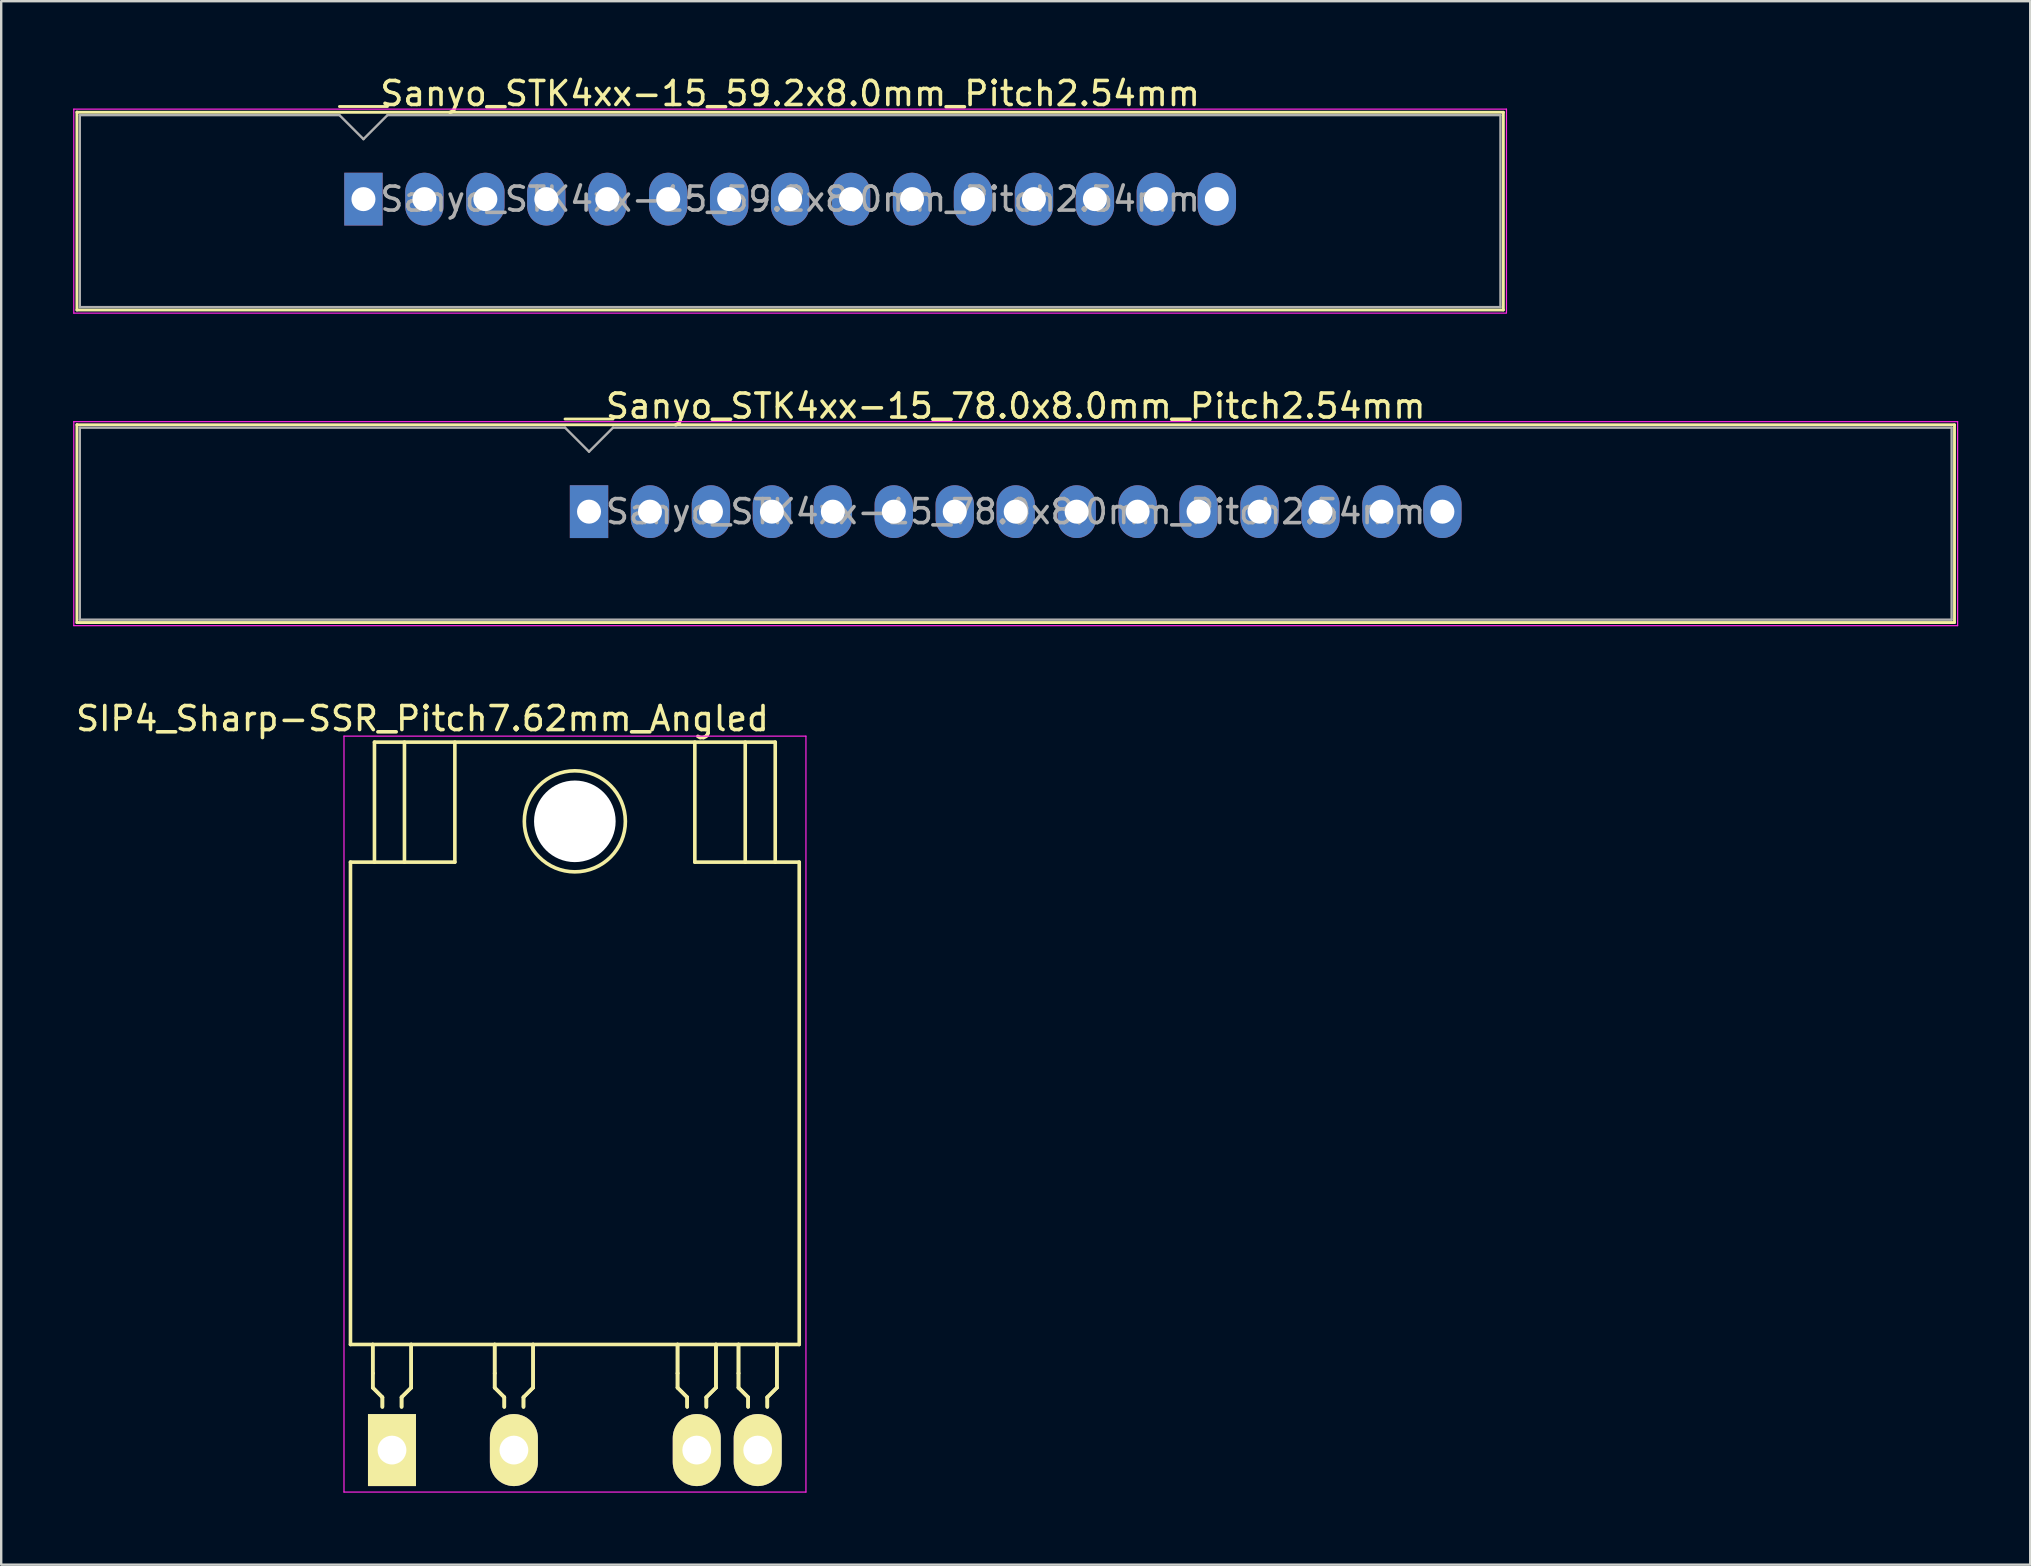
<source format=kicad_pcb>
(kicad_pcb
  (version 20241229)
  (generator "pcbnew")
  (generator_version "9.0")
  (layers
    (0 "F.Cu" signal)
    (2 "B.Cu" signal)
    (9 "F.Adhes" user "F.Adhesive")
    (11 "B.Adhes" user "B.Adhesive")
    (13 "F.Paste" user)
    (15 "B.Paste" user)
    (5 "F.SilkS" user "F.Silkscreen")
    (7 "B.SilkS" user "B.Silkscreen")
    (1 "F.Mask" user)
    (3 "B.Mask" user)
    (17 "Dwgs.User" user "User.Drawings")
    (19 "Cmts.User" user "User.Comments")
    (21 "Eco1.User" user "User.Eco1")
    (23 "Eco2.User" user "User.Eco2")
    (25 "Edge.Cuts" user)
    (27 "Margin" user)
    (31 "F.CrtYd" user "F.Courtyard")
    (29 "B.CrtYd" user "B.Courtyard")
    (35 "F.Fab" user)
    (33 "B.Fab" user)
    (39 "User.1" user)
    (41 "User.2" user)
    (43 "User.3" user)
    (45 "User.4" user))
  (footprint "SIP4_Sharp-SSR_Pitch7.62mm_Angled"
    (layer "F.Cu")
    (at 13.284 57.375)
    (property "Reference" "SIP4_Sharp-SSR_Pitch7.62mm_Angled" (at 1.27 -30.48 0) (layer "F.SilkS") (effects (font (size 1 1) (thickness 0.15))))
    (attr through_hole)
    (fp_line (start -1.73 -24.5) (end 2.62 -24.5) (stroke (width 0.15) (type solid)) (layer "F.SilkS"))
    (fp_line (start -1.73 -4.4) (end -1.73 -24.5) (stroke (width 0.15) (type solid)) (layer "F.SilkS"))
    (fp_line (start -0.8 -3.2) (end -0.8 -4.4) (stroke (width 0.15) (type solid)) (layer "F.SilkS"))
    (fp_line (start -0.8 -3.2) (end -0.8 -4.4) (stroke (width 0.15) (type solid)) (layer "F.SilkS"))
    (fp_line (start -0.8 -2.6) (end -0.8 -3.2) (stroke (width 0.15) (type solid)) (layer "F.SilkS"))
    (fp_line (start -0.8 -2.6) (end -0.8 -3.2) (stroke (width 0.15) (type solid)) (layer "F.SilkS"))
    (fp_line (start -0.73 -29.5) (end 15.97 -29.5) (stroke (width 0.15) (type solid)) (layer "F.SilkS"))
    (fp_line (start -0.73 -24.5) (end -0.73 -29.5) (stroke (width 0.15) (type solid)) (layer "F.SilkS"))
    (fp_line (start -0.4 -2.2) (end -0.8 -2.6) (stroke (width 0.15) (type solid)) (layer "F.SilkS"))
    (fp_line (start -0.4 -2.2) (end -0.8 -2.6) (stroke (width 0.15) (type solid)) (layer "F.SilkS"))
    (fp_line (start -0.4 -2.2) (end -0.4 -1.8) (stroke (width 0.15) (type solid)) (layer "F.SilkS"))
    (fp_line (start -0.4 -2.2) (end -0.4 -1.8) (stroke (width 0.15) (type solid)) (layer "F.SilkS"))
    (fp_line (start 0.4 -2.2) (end 0.8 -2.6) (stroke (width 0.15) (type solid)) (layer "F.SilkS"))
    (fp_line (start 0.4 -2.2) (end 0.8 -2.6) (stroke (width 0.15) (type solid)) (layer "F.SilkS"))
    (fp_line (start 0.4 -1.8) (end 0.4 -2.2) (stroke (width 0.15) (type solid)) (layer "F.SilkS"))
    (fp_line (start 0.4 -1.8) (end 0.4 -2.2) (stroke (width 0.15) (type solid)) (layer "F.SilkS"))
    (fp_line (start 0.52 -24.5) (end 0.52 -29.5) (stroke (width 0.15) (type solid)) (layer "F.SilkS"))
    (fp_line (start 0.8 -2.6) (end 0.8 -4.4) (stroke (width 0.15) (type solid)) (layer "F.SilkS"))
    (fp_line (start 0.8 -2.6) (end 0.8 -4.4) (stroke (width 0.15) (type solid)) (layer "F.SilkS"))
    (fp_line (start 2.62 -29.5) (end 2.62 -24.5) (stroke (width 0.15) (type solid)) (layer "F.SilkS"))
    (fp_line (start 4.28 -3.2) (end 4.28 -4.4) (stroke (width 0.15) (type solid)) (layer "F.SilkS"))
    (fp_line (start 4.28 -3.2) (end 4.28 -4.4) (stroke (width 0.15) (type solid)) (layer "F.SilkS"))
    (fp_line (start 4.28 -2.6) (end 4.28 -3.2) (stroke (width 0.15) (type solid)) (layer "F.SilkS"))
    (fp_line (start 4.28 -2.6) (end 4.28 -3.2) (stroke (width 0.15) (type solid)) (layer "F.SilkS"))
    (fp_line (start 4.68 -2.2) (end 4.28 -2.6) (stroke (width 0.15) (type solid)) (layer "F.SilkS"))
    (fp_line (start 4.68 -2.2) (end 4.28 -2.6) (stroke (width 0.15) (type solid)) (layer "F.SilkS"))
    (fp_line (start 4.68 -2.2) (end 4.68 -1.8) (stroke (width 0.15) (type solid)) (layer "F.SilkS"))
    (fp_line (start 4.68 -2.2) (end 4.68 -1.8) (stroke (width 0.15) (type solid)) (layer "F.SilkS"))
    (fp_line (start 5.48 -2.2) (end 5.88 -2.6) (stroke (width 0.15) (type solid)) (layer "F.SilkS"))
    (fp_line (start 5.48 -2.2) (end 5.88 -2.6) (stroke (width 0.15) (type solid)) (layer "F.SilkS"))
    (fp_line (start 5.48 -1.8) (end 5.48 -2.2) (stroke (width 0.15) (type solid)) (layer "F.SilkS"))
    (fp_line (start 5.48 -1.8) (end 5.48 -2.2) (stroke (width 0.15) (type solid)) (layer "F.SilkS"))
    (fp_line (start 5.88 -2.6) (end 5.88 -4.4) (stroke (width 0.15) (type solid)) (layer "F.SilkS"))
    (fp_line (start 5.88 -2.6) (end 5.88 -4.4) (stroke (width 0.15) (type solid)) (layer "F.SilkS"))
    (fp_line (start 11.9 -3.2) (end 11.9 -4.4) (stroke (width 0.15) (type solid)) (layer "F.SilkS"))
    (fp_line (start 11.9 -3.2) (end 11.9 -4.4) (stroke (width 0.15) (type solid)) (layer "F.SilkS"))
    (fp_line (start 11.9 -2.6) (end 11.9 -3.2) (stroke (width 0.15) (type solid)) (layer "F.SilkS"))
    (fp_line (start 11.9 -2.6) (end 11.9 -3.2) (stroke (width 0.15) (type solid)) (layer "F.SilkS"))
    (fp_line (start 12.3 -2.2) (end 11.9 -2.6) (stroke (width 0.15) (type solid)) (layer "F.SilkS"))
    (fp_line (start 12.3 -2.2) (end 11.9 -2.6) (stroke (width 0.15) (type solid)) (layer "F.SilkS"))
    (fp_line (start 12.3 -2.2) (end 12.3 -1.8) (stroke (width 0.15) (type solid)) (layer "F.SilkS"))
    (fp_line (start 12.3 -2.2) (end 12.3 -1.8) (stroke (width 0.15) (type solid)) (layer "F.SilkS"))
    (fp_line (start 12.62 -29.5) (end 12.62 -24.5) (stroke (width 0.15) (type solid)) (layer "F.SilkS"))
    (fp_line (start 12.62 -24.5) (end 16.97 -24.5) (stroke (width 0.15) (type solid)) (layer "F.SilkS"))
    (fp_line (start 13.1 -2.2) (end 13.5 -2.6) (stroke (width 0.15) (type solid)) (layer "F.SilkS"))
    (fp_line (start 13.1 -2.2) (end 13.5 -2.6) (stroke (width 0.15) (type solid)) (layer "F.SilkS"))
    (fp_line (start 13.1 -1.8) (end 13.1 -2.2) (stroke (width 0.15) (type solid)) (layer "F.SilkS"))
    (fp_line (start 13.1 -1.8) (end 13.1 -2.2) (stroke (width 0.15) (type solid)) (layer "F.SilkS"))
    (fp_line (start 13.5 -2.6) (end 13.5 -4.4) (stroke (width 0.15) (type solid)) (layer "F.SilkS"))
    (fp_line (start 13.5 -2.6) (end 13.5 -4.4) (stroke (width 0.15) (type solid)) (layer "F.SilkS"))
    (fp_line (start 14.44 -3.2) (end 14.44 -4.4) (stroke (width 0.15) (type solid)) (layer "F.SilkS"))
    (fp_line (start 14.44 -3.2) (end 14.44 -4.4) (stroke (width 0.15) (type solid)) (layer "F.SilkS"))
    (fp_line (start 14.44 -2.6) (end 14.44 -3.2) (stroke (width 0.15) (type solid)) (layer "F.SilkS"))
    (fp_line (start 14.44 -2.6) (end 14.44 -3.2) (stroke (width 0.15) (type solid)) (layer "F.SilkS"))
    (fp_line (start 14.72 -24.5) (end 14.72 -29.5) (stroke (width 0.15) (type solid)) (layer "F.SilkS"))
    (fp_line (start 14.84 -2.2) (end 14.44 -2.6) (stroke (width 0.15) (type solid)) (layer "F.SilkS"))
    (fp_line (start 14.84 -2.2) (end 14.44 -2.6) (stroke (width 0.15) (type solid)) (layer "F.SilkS"))
    (fp_line (start 14.84 -2.2) (end 14.84 -1.8) (stroke (width 0.15) (type solid)) (layer "F.SilkS"))
    (fp_line (start 14.84 -2.2) (end 14.84 -1.8) (stroke (width 0.15) (type solid)) (layer "F.SilkS"))
    (fp_line (start 15.64 -2.2) (end 16.04 -2.6) (stroke (width 0.15) (type solid)) (layer "F.SilkS"))
    (fp_line (start 15.64 -2.2) (end 16.04 -2.6) (stroke (width 0.15) (type solid)) (layer "F.SilkS"))
    (fp_line (start 15.64 -1.8) (end 15.64 -2.2) (stroke (width 0.15) (type solid)) (layer "F.SilkS"))
    (fp_line (start 15.64 -1.8) (end 15.64 -2.2) (stroke (width 0.15) (type solid)) (layer "F.SilkS"))
    (fp_line (start 15.97 -24.5) (end 15.97 -29.5) (stroke (width 0.15) (type solid)) (layer "F.SilkS"))
    (fp_line (start 16.04 -2.6) (end 16.04 -4.4) (stroke (width 0.15) (type solid)) (layer "F.SilkS"))
    (fp_line (start 16.04 -2.6) (end 16.04 -4.4) (stroke (width 0.15) (type solid)) (layer "F.SilkS"))
    (fp_line (start 16.97 -24.5) (end 16.97 -4.4) (stroke (width 0.15) (type solid)) (layer "F.SilkS"))
    (fp_line (start 16.97 -4.4) (end -1.73 -4.4) (stroke (width 0.15) (type solid)) (layer "F.SilkS"))
    (fp_circle (center 7.62 -26.2) (end 9.35 -27.4) (stroke (width 0.15) (type solid)) (fill no) (layer "F.SilkS"))
    (fp_line (start -2 -29.75) (end 17.25 -29.75) (stroke (width 0.05) (type solid)) (layer "F.CrtYd"))
    (fp_line (start -2 1.75) (end -2 -29.75) (stroke (width 0.05) (type solid)) (layer "F.CrtYd"))
    (fp_line (start 17.25 -29.75) (end 17.25 1.75) (stroke (width 0.05) (type solid)) (layer "F.CrtYd"))
    (fp_line (start 17.25 1.75) (end -2 1.75) (stroke (width 0.05) (type solid)) (layer "F.CrtYd"))
    (pad "" np_thru_hole circle (at 7.62 -26.2) (size 3.4 3.4) (drill 3.4) (layers "*.Cu" "*.Mask"))
    (pad "1" thru_hole rect (at 0 0) (size 2 3) (drill 1.2) (layers "*.Cu" "*.Mask" "F.SilkS"))
    (pad "2" thru_hole oval (at 5.08 0) (size 2 3) (drill 1.2) (layers "*.Cu" "*.Mask" "F.SilkS"))
    (pad "3" thru_hole oval (at 12.7 0) (size 2 3) (drill 1.2) (layers "*.Cu" "*.Mask" "F.SilkS"))
    (pad "4" thru_hole oval (at 15.24 0) (size 2 3) (drill 1.2) (layers "*.Cu" "*.Mask" "F.SilkS")))
  (footprint "Sanyo_STK4xx-15_59.2x8.0mm_Pitch2.54mm"
    (layer "F.Cu")
    (at 12.095 5.248)
    (property "Reference" "Sanyo_STK4xx-15_59.2x8.0mm_Pitch2.54mm" (at 17.78 -4.4 0) (layer "F.SilkS") (effects (font (size 1 1) (thickness 0.15))))
    (attr through_hole)
    (fp_line (start -11.94 -3.62) (end 47.5 -3.62) (stroke (width 0.12) (type solid)) (layer "F.SilkS"))
    (fp_line (start -11.94 4.62) (end -11.94 -3.63) (stroke (width 0.12) (type solid)) (layer "F.SilkS"))
    (fp_line (start 1 -3.86) (end -1 -3.86) (stroke (width 0.12) (type solid)) (layer "F.SilkS"))
    (fp_line (start 47.5 -3.62) (end 47.5 4.62) (stroke (width 0.12) (type solid)) (layer "F.SilkS"))
    (fp_line (start 47.5 4.62) (end -11.94 4.62) (stroke (width 0.12) (type solid)) (layer "F.SilkS"))
    (fp_line (start -12.07 -3.75) (end 47.63 -3.75) (stroke (width 0.05) (type solid)) (layer "F.CrtYd"))
    (fp_line (start -12.07 4.75) (end -12.07 -3.75) (stroke (width 0.05) (type solid)) (layer "F.CrtYd"))
    (fp_line (start 47.6 4.75) (end -12.07 4.75) (stroke (width 0.05) (type solid)) (layer "F.CrtYd"))
    (fp_line (start 47.63 -3.75) (end 47.63 4.75) (stroke (width 0.05) (type solid)) (layer "F.CrtYd"))
    (fp_line (start -11.82 -3.5) (end -1 -3.5) (stroke (width 0.1) (type solid)) (layer "F.Fab"))
    (fp_line (start -11.82 4.5) (end -11.82 -3.5) (stroke (width 0.1) (type solid)) (layer "F.Fab"))
    (fp_line (start -1 -3.5) (end 0 -2.5) (stroke (width 0.1) (type solid)) (layer "F.Fab"))
    (fp_line (start 0 -2.5) (end 1 -3.5) (stroke (width 0.1) (type solid)) (layer "F.Fab"))
    (fp_line (start 1 -3.5) (end 47.38 -3.5) (stroke (width 0.1) (type solid)) (layer "F.Fab"))
    (fp_line (start 47.38 -3.5) (end 47.38 4.5) (stroke (width 0.1) (type solid)) (layer "F.Fab"))
    (fp_line (start 47.38 4.5) (end -11.82 4.5) (stroke (width 0.1) (type solid)) (layer "F.Fab"))
    (fp_text user "${REFERENCE}" (at 17.78 0 0) (layer "F.Fab") (effects (font (size 1 1) (thickness 0.15))))
    (pad "1" thru_hole rect (at 0 0) (size 1.6 2.2) (drill 1) (layers "*.Cu" "*.Mask"))
    (pad "2" thru_hole oval (at 2.54 0) (size 1.6 2.2) (drill 1) (layers "*.Cu" "*.Mask"))
    (pad "3" thru_hole oval (at 5.08 0) (size 1.6 2.2) (drill 1) (layers "*.Cu" "*.Mask"))
    (pad "4" thru_hole oval (at 7.62 0) (size 1.6 2.2) (drill 1) (layers "*.Cu" "*.Mask"))
    (pad "5" thru_hole oval (at 10.16 0) (size 1.6 2.2) (drill 1) (layers "*.Cu" "*.Mask"))
    (pad "6" thru_hole oval (at 12.7 0) (size 1.6 2.2) (drill 1) (layers "*.Cu" "*.Mask"))
    (pad "7" thru_hole oval (at 15.24 0) (size 1.6 2.2) (drill 1) (layers "*.Cu" "*.Mask"))
    (pad "8" thru_hole oval (at 17.78 0) (size 1.6 2.2) (drill 1) (layers "*.Cu" "*.Mask"))
    (pad "9" thru_hole oval (at 20.32 0) (size 1.6 2.2) (drill 1) (layers "*.Cu" "*.Mask"))
    (pad "10" thru_hole oval (at 22.86 0) (size 1.6 2.2) (drill 1) (layers "*.Cu" "*.Mask"))
    (pad "11" thru_hole oval (at 25.4 0) (size 1.6 2.2) (drill 1) (layers "*.Cu" "*.Mask"))
    (pad "12" thru_hole oval (at 27.94 0) (size 1.6 2.2) (drill 1) (layers "*.Cu" "*.Mask"))
    (pad "13" thru_hole oval (at 30.48 0) (size 1.6 2.2) (drill 1) (layers "*.Cu" "*.Mask"))
    (pad "14" thru_hole oval (at 33.02 0) (size 1.6 2.2) (drill 1) (layers "*.Cu" "*.Mask"))
    (pad "15" thru_hole oval (at 35.56 0) (size 1.6 2.2) (drill 1) (layers "*.Cu" "*.Mask")))
  (footprint "Sanyo_STK4xx-15_78.0x8.0mm_Pitch2.54mm"
    (layer "F.Cu")
    (at 21.495 18.271)
    (property "Reference" "Sanyo_STK4xx-15_78.0x8.0mm_Pitch2.54mm" (at 17.78 -4.4 0) (layer "F.SilkS") (effects (font (size 1 1) (thickness 0.15))))
    (attr through_hole)
    (fp_line (start -21.34 -3.62) (end 56.9 -3.62) (stroke (width 0.12) (type solid)) (layer "F.SilkS"))
    (fp_line (start -21.34 4.62) (end -21.34 -3.63) (stroke (width 0.12) (type solid)) (layer "F.SilkS"))
    (fp_line (start -1 -3.86) (end 1 -3.86) (stroke (width 0.12) (type solid)) (layer "F.SilkS"))
    (fp_line (start 56.9 -3.62) (end 56.9 4.62) (stroke (width 0.12) (type solid)) (layer "F.SilkS"))
    (fp_line (start 56.9 4.62) (end -21.34 4.62) (stroke (width 0.12) (type solid)) (layer "F.SilkS"))
    (fp_line (start -21.47 -3.75) (end 57.03 -3.75) (stroke (width 0.05) (type solid)) (layer "F.CrtYd"))
    (fp_line (start -21.47 4.75) (end -21.47 -3.75) (stroke (width 0.05) (type solid)) (layer "F.CrtYd"))
    (fp_line (start 57.03 -3.75) (end 57.03 4.75) (stroke (width 0.05) (type solid)) (layer "F.CrtYd"))
    (fp_line (start 57.03 4.75) (end -21.47 4.75) (stroke (width 0.05) (type solid)) (layer "F.CrtYd"))
    (fp_line (start -21.22 -3.5) (end -1 -3.5) (stroke (width 0.1) (type solid)) (layer "F.Fab"))
    (fp_line (start -21.22 4.5) (end -21.22 -3.5) (stroke (width 0.1) (type solid)) (layer "F.Fab"))
    (fp_line (start -1 -3.5) (end 0 -2.5) (stroke (width 0.1) (type solid)) (layer "F.Fab"))
    (fp_line (start 0 -2.5) (end 1 -3.5) (stroke (width 0.1) (type solid)) (layer "F.Fab"))
    (fp_line (start 1 -3.5) (end 56.78 -3.5) (stroke (width 0.1) (type solid)) (layer "F.Fab"))
    (fp_line (start 56.78 -3.5) (end 56.78 4.5) (stroke (width 0.1) (type solid)) (layer "F.Fab"))
    (fp_line (start 56.78 4.5) (end -21.22 4.5) (stroke (width 0.1) (type solid)) (layer "F.Fab"))
    (fp_text user "${REFERENCE}" (at 17.78 0 0) (layer "F.Fab") (effects (font (size 1 1) (thickness 0.15))))
    (pad "1" thru_hole rect (at 0 0) (size 1.6 2.2) (drill 1) (layers "*.Cu" "*.Mask"))
    (pad "2" thru_hole oval (at 2.54 0) (size 1.6 2.2) (drill 1) (layers "*.Cu" "*.Mask"))
    (pad "3" thru_hole oval (at 5.08 0) (size 1.6 2.2) (drill 1) (layers "*.Cu" "*.Mask"))
    (pad "4" thru_hole oval (at 7.62 0) (size 1.6 2.2) (drill 1) (layers "*.Cu" "*.Mask"))
    (pad "5" thru_hole oval (at 10.16 0) (size 1.6 2.2) (drill 1) (layers "*.Cu" "*.Mask"))
    (pad "6" thru_hole oval (at 12.7 0) (size 1.6 2.2) (drill 1) (layers "*.Cu" "*.Mask"))
    (pad "7" thru_hole oval (at 15.24 0) (size 1.6 2.2) (drill 1) (layers "*.Cu" "*.Mask"))
    (pad "8" thru_hole oval (at 17.78 0) (size 1.6 2.2) (drill 1) (layers "*.Cu" "*.Mask"))
    (pad "9" thru_hole oval (at 20.32 0) (size 1.6 2.2) (drill 1) (layers "*.Cu" "*.Mask"))
    (pad "10" thru_hole oval (at 22.86 0) (size 1.6 2.2) (drill 1) (layers "*.Cu" "*.Mask"))
    (pad "11" thru_hole oval (at 25.4 0) (size 1.6 2.2) (drill 1) (layers "*.Cu" "*.Mask"))
    (pad "12" thru_hole oval (at 27.94 0) (size 1.6 2.2) (drill 1) (layers "*.Cu" "*.Mask"))
    (pad "13" thru_hole oval (at 30.48 0) (size 1.6 2.2) (drill 1) (layers "*.Cu" "*.Mask"))
    (pad "14" thru_hole oval (at 33.02 0) (size 1.6 2.2) (drill 1) (layers "*.Cu" "*.Mask"))
    (pad "15" thru_hole oval (at 35.56 0) (size 1.6 2.2) (drill 1) (layers "*.Cu" "*.Mask")))
  (gr_rect
    (start -3 -3)
    (end 81.55 62.15)
    (stroke (width 0.1) (type default))
    (fill no)
    (layer "Edge.Cuts")))
</source>
